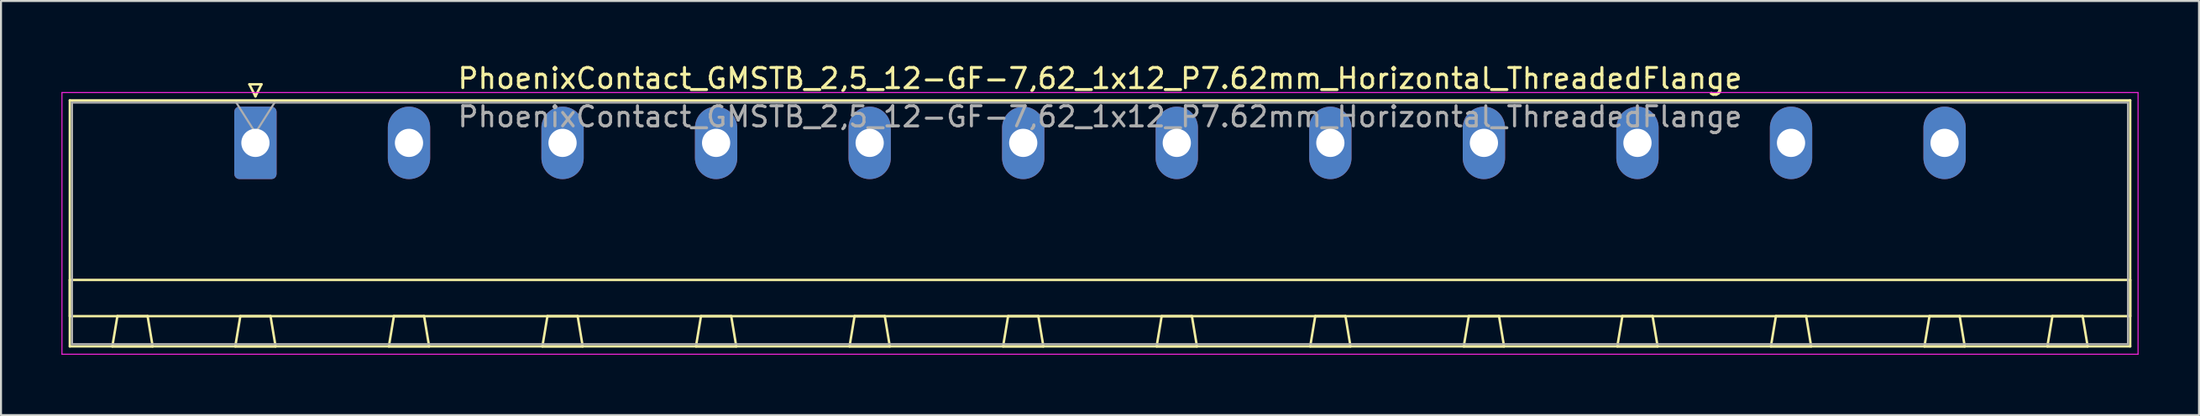
<source format=kicad_pcb>
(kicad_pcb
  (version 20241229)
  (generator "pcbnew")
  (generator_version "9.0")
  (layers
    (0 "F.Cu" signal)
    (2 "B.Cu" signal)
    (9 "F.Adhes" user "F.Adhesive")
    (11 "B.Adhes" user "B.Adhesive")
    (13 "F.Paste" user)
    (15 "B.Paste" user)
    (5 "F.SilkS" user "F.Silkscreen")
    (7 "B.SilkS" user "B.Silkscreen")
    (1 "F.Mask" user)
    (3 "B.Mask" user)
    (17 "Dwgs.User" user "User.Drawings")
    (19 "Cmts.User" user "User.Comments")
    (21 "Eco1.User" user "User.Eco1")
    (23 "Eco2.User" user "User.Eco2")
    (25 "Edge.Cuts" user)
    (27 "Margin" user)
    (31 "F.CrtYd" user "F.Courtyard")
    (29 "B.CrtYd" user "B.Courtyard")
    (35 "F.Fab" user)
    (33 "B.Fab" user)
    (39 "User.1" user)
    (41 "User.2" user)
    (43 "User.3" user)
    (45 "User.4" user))
  (footprint "PhoenixContact_GMSTB_2,5_12-GF-7,62_1x12_P7.62mm_Horizontal_ThreadedFlange"
    (layer "F.Cu")
    (at 9.625 4.048)
    (property "Reference" "PhoenixContact_GMSTB_2,5_12-GF-7,62_1x12_P7.62mm_Horizontal_ThreadedFlange" (at 41.91 -3.2 0) (layer "F.SilkS") (effects (font (size 1 1) (thickness 0.15))))
    (attr through_hole)
    (fp_line (start -9.21 -2.11) (end -9.21 10.11) (stroke (width 0.12) (type solid)) (layer "F.SilkS"))
    (fp_line (start -9.21 6.81) (end 93.03 6.81) (stroke (width 0.12) (type solid)) (layer "F.SilkS"))
    (fp_line (start -9.21 8.61) (end -9.21 6.81) (stroke (width 0.12) (type solid)) (layer "F.SilkS"))
    (fp_line (start -9.21 10.11) (end 93.03 10.11) (stroke (width 0.12) (type solid)) (layer "F.SilkS"))
    (fp_line (start -7.1 10.11) (end -5.1 10.11) (stroke (width 0.12) (type solid)) (layer "F.SilkS"))
    (fp_line (start -6.85 8.61) (end -7.1 10.11) (stroke (width 0.12) (type solid)) (layer "F.SilkS"))
    (fp_line (start -5.35 8.61) (end -6.85 8.61) (stroke (width 0.12) (type solid)) (layer "F.SilkS"))
    (fp_line (start -5.1 10.11) (end -5.35 8.61) (stroke (width 0.12) (type solid)) (layer "F.SilkS"))
    (fp_line (start -1 10.11) (end 1 10.11) (stroke (width 0.12) (type solid)) (layer "F.SilkS"))
    (fp_line (start -0.75 8.61) (end -1 10.11) (stroke (width 0.12) (type solid)) (layer "F.SilkS"))
    (fp_line (start -0.3 -2.91) (end 0.3 -2.91) (stroke (width 0.12) (type solid)) (layer "F.SilkS"))
    (fp_line (start 0 -2.31) (end -0.3 -2.91) (stroke (width 0.12) (type solid)) (layer "F.SilkS"))
    (fp_line (start 0.3 -2.91) (end 0 -2.31) (stroke (width 0.12) (type solid)) (layer "F.SilkS"))
    (fp_line (start 0.75 8.61) (end -0.75 8.61) (stroke (width 0.12) (type solid)) (layer "F.SilkS"))
    (fp_line (start 1 10.11) (end 0.75 8.61) (stroke (width 0.12) (type solid)) (layer "F.SilkS"))
    (fp_line (start 6.62 10.11) (end 8.62 10.11) (stroke (width 0.12) (type solid)) (layer "F.SilkS"))
    (fp_line (start 6.87 8.61) (end 6.62 10.11) (stroke (width 0.12) (type solid)) (layer "F.SilkS"))
    (fp_line (start 8.37 8.61) (end 6.87 8.61) (stroke (width 0.12) (type solid)) (layer "F.SilkS"))
    (fp_line (start 8.62 10.11) (end 8.37 8.61) (stroke (width 0.12) (type solid)) (layer "F.SilkS"))
    (fp_line (start 14.24 10.11) (end 16.24 10.11) (stroke (width 0.12) (type solid)) (layer "F.SilkS"))
    (fp_line (start 14.49 8.61) (end 14.24 10.11) (stroke (width 0.12) (type solid)) (layer "F.SilkS"))
    (fp_line (start 15.99 8.61) (end 14.49 8.61) (stroke (width 0.12) (type solid)) (layer "F.SilkS"))
    (fp_line (start 16.24 10.11) (end 15.99 8.61) (stroke (width 0.12) (type solid)) (layer "F.SilkS"))
    (fp_line (start 21.86 10.11) (end 23.86 10.11) (stroke (width 0.12) (type solid)) (layer "F.SilkS"))
    (fp_line (start 22.11 8.61) (end 21.86 10.11) (stroke (width 0.12) (type solid)) (layer "F.SilkS"))
    (fp_line (start 23.61 8.61) (end 22.11 8.61) (stroke (width 0.12) (type solid)) (layer "F.SilkS"))
    (fp_line (start 23.86 10.11) (end 23.61 8.61) (stroke (width 0.12) (type solid)) (layer "F.SilkS"))
    (fp_line (start 29.48 10.11) (end 31.48 10.11) (stroke (width 0.12) (type solid)) (layer "F.SilkS"))
    (fp_line (start 29.73 8.61) (end 29.48 10.11) (stroke (width 0.12) (type solid)) (layer "F.SilkS"))
    (fp_line (start 31.23 8.61) (end 29.73 8.61) (stroke (width 0.12) (type solid)) (layer "F.SilkS"))
    (fp_line (start 31.48 10.11) (end 31.23 8.61) (stroke (width 0.12) (type solid)) (layer "F.SilkS"))
    (fp_line (start 37.1 10.11) (end 39.1 10.11) (stroke (width 0.12) (type solid)) (layer "F.SilkS"))
    (fp_line (start 37.35 8.61) (end 37.1 10.11) (stroke (width 0.12) (type solid)) (layer "F.SilkS"))
    (fp_line (start 38.85 8.61) (end 37.35 8.61) (stroke (width 0.12) (type solid)) (layer "F.SilkS"))
    (fp_line (start 39.1 10.11) (end 38.85 8.61) (stroke (width 0.12) (type solid)) (layer "F.SilkS"))
    (fp_line (start 44.72 10.11) (end 46.72 10.11) (stroke (width 0.12) (type solid)) (layer "F.SilkS"))
    (fp_line (start 44.97 8.61) (end 44.72 10.11) (stroke (width 0.12) (type solid)) (layer "F.SilkS"))
    (fp_line (start 46.47 8.61) (end 44.97 8.61) (stroke (width 0.12) (type solid)) (layer "F.SilkS"))
    (fp_line (start 46.72 10.11) (end 46.47 8.61) (stroke (width 0.12) (type solid)) (layer "F.SilkS"))
    (fp_line (start 52.34 10.11) (end 54.34 10.11) (stroke (width 0.12) (type solid)) (layer "F.SilkS"))
    (fp_line (start 52.59 8.61) (end 52.34 10.11) (stroke (width 0.12) (type solid)) (layer "F.SilkS"))
    (fp_line (start 54.09 8.61) (end 52.59 8.61) (stroke (width 0.12) (type solid)) (layer "F.SilkS"))
    (fp_line (start 54.34 10.11) (end 54.09 8.61) (stroke (width 0.12) (type solid)) (layer "F.SilkS"))
    (fp_line (start 59.96 10.11) (end 61.96 10.11) (stroke (width 0.12) (type solid)) (layer "F.SilkS"))
    (fp_line (start 60.21 8.61) (end 59.96 10.11) (stroke (width 0.12) (type solid)) (layer "F.SilkS"))
    (fp_line (start 61.71 8.61) (end 60.21 8.61) (stroke (width 0.12) (type solid)) (layer "F.SilkS"))
    (fp_line (start 61.96 10.11) (end 61.71 8.61) (stroke (width 0.12) (type solid)) (layer "F.SilkS"))
    (fp_line (start 67.58 10.11) (end 69.58 10.11) (stroke (width 0.12) (type solid)) (layer "F.SilkS"))
    (fp_line (start 67.83 8.61) (end 67.58 10.11) (stroke (width 0.12) (type solid)) (layer "F.SilkS"))
    (fp_line (start 69.33 8.61) (end 67.83 8.61) (stroke (width 0.12) (type solid)) (layer "F.SilkS"))
    (fp_line (start 69.58 10.11) (end 69.33 8.61) (stroke (width 0.12) (type solid)) (layer "F.SilkS"))
    (fp_line (start 75.2 10.11) (end 77.2 10.11) (stroke (width 0.12) (type solid)) (layer "F.SilkS"))
    (fp_line (start 75.45 8.61) (end 75.2 10.11) (stroke (width 0.12) (type solid)) (layer "F.SilkS"))
    (fp_line (start 76.95 8.61) (end 75.45 8.61) (stroke (width 0.12) (type solid)) (layer "F.SilkS"))
    (fp_line (start 77.2 10.11) (end 76.95 8.61) (stroke (width 0.12) (type solid)) (layer "F.SilkS"))
    (fp_line (start 82.82 10.11) (end 84.82 10.11) (stroke (width 0.12) (type solid)) (layer "F.SilkS"))
    (fp_line (start 83.07 8.61) (end 82.82 10.11) (stroke (width 0.12) (type solid)) (layer "F.SilkS"))
    (fp_line (start 84.57 8.61) (end 83.07 8.61) (stroke (width 0.12) (type solid)) (layer "F.SilkS"))
    (fp_line (start 84.82 10.11) (end 84.57 8.61) (stroke (width 0.12) (type solid)) (layer "F.SilkS"))
    (fp_line (start 88.92 10.11) (end 90.92 10.11) (stroke (width 0.12) (type solid)) (layer "F.SilkS"))
    (fp_line (start 89.17 8.61) (end 88.92 10.11) (stroke (width 0.12) (type solid)) (layer "F.SilkS"))
    (fp_line (start 90.67 8.61) (end 89.17 8.61) (stroke (width 0.12) (type solid)) (layer "F.SilkS"))
    (fp_line (start 90.92 10.11) (end 90.67 8.61) (stroke (width 0.12) (type solid)) (layer "F.SilkS"))
    (fp_line (start 93.03 -2.11) (end -9.21 -2.11) (stroke (width 0.12) (type solid)) (layer "F.SilkS"))
    (fp_line (start 93.03 6.81) (end 93.03 8.61) (stroke (width 0.12) (type solid)) (layer "F.SilkS"))
    (fp_line (start 93.03 8.61) (end -9.21 8.61) (stroke (width 0.12) (type solid)) (layer "F.SilkS"))
    (fp_line (start 93.03 10.11) (end 93.03 -2.11) (stroke (width 0.12) (type solid)) (layer "F.SilkS"))
    (fp_line (start -9.6 -2.5) (end -9.6 10.5) (stroke (width 0.05) (type solid)) (layer "F.CrtYd"))
    (fp_line (start -9.6 10.5) (end 93.42 10.5) (stroke (width 0.05) (type solid)) (layer "F.CrtYd"))
    (fp_line (start 93.42 -2.5) (end -9.6 -2.5) (stroke (width 0.05) (type solid)) (layer "F.CrtYd"))
    (fp_line (start 93.42 10.5) (end 93.42 -2.5) (stroke (width 0.05) (type solid)) (layer "F.CrtYd"))
    (fp_line (start -9.1 -2) (end -9.1 10) (stroke (width 0.1) (type solid)) (layer "F.Fab"))
    (fp_line (start -9.1 10) (end 92.92 10) (stroke (width 0.1) (type solid)) (layer "F.Fab"))
    (fp_line (start 0 -0.5) (end -0.95 -2) (stroke (width 0.1) (type solid)) (layer "F.Fab"))
    (fp_line (start 0.95 -2) (end 0 -0.5) (stroke (width 0.1) (type solid)) (layer "F.Fab"))
    (fp_line (start 92.92 -2) (end -9.1 -2) (stroke (width 0.1) (type solid)) (layer "F.Fab"))
    (fp_line (start 92.92 10) (end 92.92 -2) (stroke (width 0.1) (type solid)) (layer "F.Fab"))
    (fp_text user "${REFERENCE}" (at 41.91 -1.3 0) (layer "F.Fab") (effects (font (size 1 1) (thickness 0.15))))
    (pad "1" thru_hole roundrect (at 0 0) (size 2.1 3.6) (drill 1.4) (layers "*.Cu" "*.Mask") (roundrect_rratio 0.119))
    (pad "2" thru_hole oval (at 7.62 0) (size 2.1 3.6) (drill 1.4) (layers "*.Cu" "*.Mask"))
    (pad "3" thru_hole oval (at 15.24 0) (size 2.1 3.6) (drill 1.4) (layers "*.Cu" "*.Mask"))
    (pad "4" thru_hole oval (at 22.86 0) (size 2.1 3.6) (drill 1.4) (layers "*.Cu" "*.Mask"))
    (pad "5" thru_hole oval (at 30.48 0) (size 2.1 3.6) (drill 1.4) (layers "*.Cu" "*.Mask"))
    (pad "6" thru_hole oval (at 38.1 0) (size 2.1 3.6) (drill 1.4) (layers "*.Cu" "*.Mask"))
    (pad "7" thru_hole oval (at 45.72 0) (size 2.1 3.6) (drill 1.4) (layers "*.Cu" "*.Mask"))
    (pad "8" thru_hole oval (at 53.34 0) (size 2.1 3.6) (drill 1.4) (layers "*.Cu" "*.Mask"))
    (pad "9" thru_hole oval (at 60.96 0) (size 2.1 3.6) (drill 1.4) (layers "*.Cu" "*.Mask"))
    (pad "10" thru_hole oval (at 68.58 0) (size 2.1 3.6) (drill 1.4) (layers "*.Cu" "*.Mask"))
    (pad "11" thru_hole oval (at 76.2 0) (size 2.1 3.6) (drill 1.4) (layers "*.Cu" "*.Mask"))
    (pad "12" thru_hole oval (at 83.82 0) (size 2.1 3.6) (drill 1.4) (layers "*.Cu" "*.Mask")))
  (gr_rect
    (start -3 -3)
    (end 106.07 17.573)
    (stroke (width 0.1) (type default))
    (fill no)
    (layer "Edge.Cuts")))
</source>
